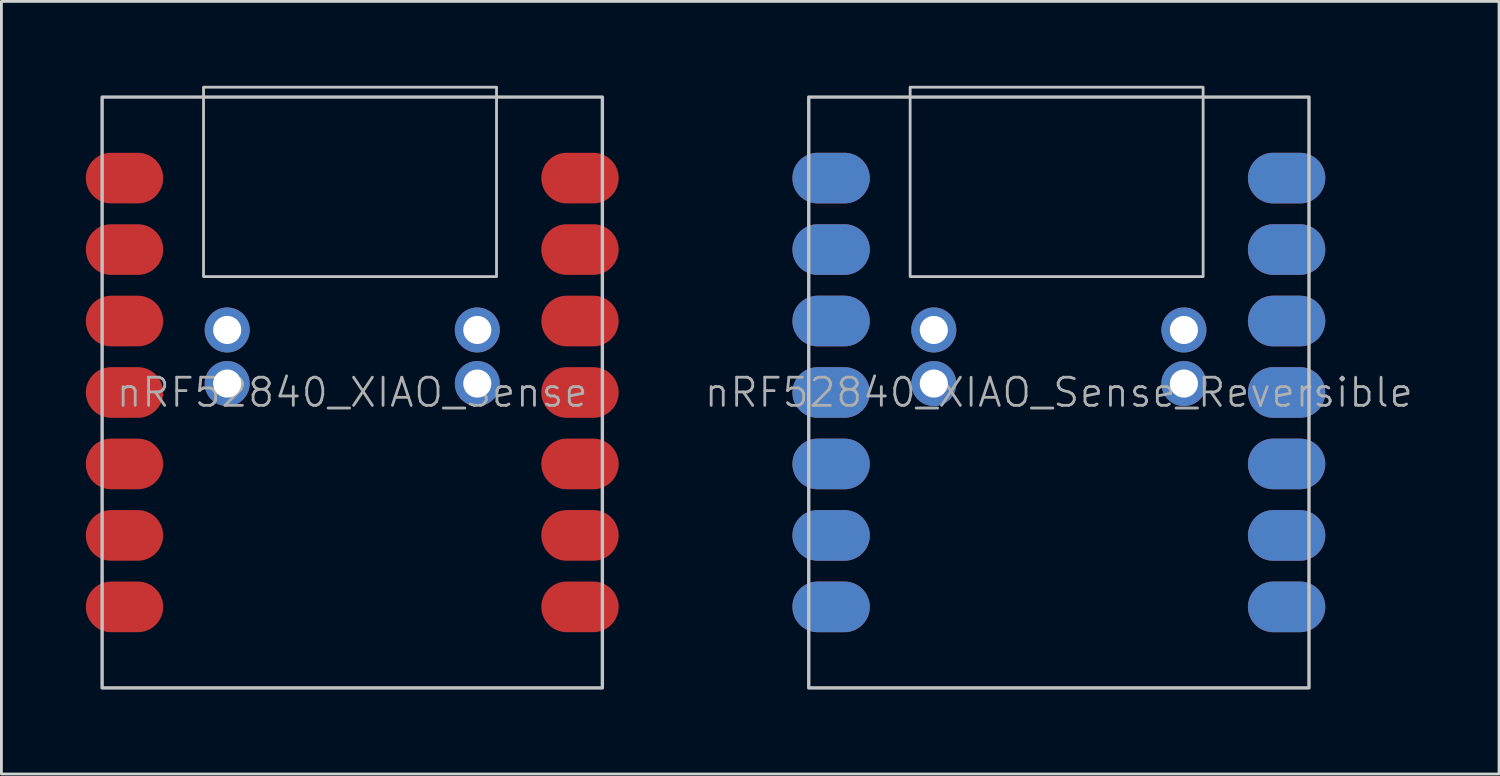
<source format=kicad_pcb>
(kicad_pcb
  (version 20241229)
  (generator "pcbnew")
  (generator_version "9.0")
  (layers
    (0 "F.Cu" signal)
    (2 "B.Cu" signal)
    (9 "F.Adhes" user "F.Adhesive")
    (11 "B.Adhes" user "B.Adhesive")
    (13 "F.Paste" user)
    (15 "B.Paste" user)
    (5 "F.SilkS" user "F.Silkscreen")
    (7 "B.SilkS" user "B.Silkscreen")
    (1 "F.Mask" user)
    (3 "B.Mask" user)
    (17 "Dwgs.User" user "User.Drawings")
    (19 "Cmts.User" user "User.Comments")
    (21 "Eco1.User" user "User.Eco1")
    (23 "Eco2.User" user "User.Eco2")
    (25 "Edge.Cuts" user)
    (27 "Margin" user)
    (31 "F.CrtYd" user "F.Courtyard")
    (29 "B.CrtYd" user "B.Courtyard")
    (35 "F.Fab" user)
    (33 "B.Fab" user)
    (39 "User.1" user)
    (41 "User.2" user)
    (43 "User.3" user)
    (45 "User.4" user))
  (footprint "nRF52840_XIAO_Sense"
    (layer "F.Cu")
    (at 9.47 0.4)
    (property "Reference" "nRF52840_XIAO_Sense" (at 0 10.5 0) (unlocked yes) (layer "F.Fab") (effects (font (size 1 1) (thickness 0.1))))
    (attr smd)
    (fp_rect (start -8.89 21) (end 8.89 0) (stroke (width 0.12) (type solid)) (fill no) (layer "Dwgs.User"))
    (fp_rect (start -5.286 -0.35) (end 5.128 6.381) (stroke (width 0.1) (type default)) (fill no) (layer "Dwgs.User"))
    (pad "1" smd oval (at -8.57 2.88 180) (size 2.75 1.8) (drill (offset -0.475 0)) (layers "F.Cu" "F.Mask" "F.Paste"))
    (pad "2" smd oval (at -8.57 5.42 180) (size 2.75 1.8) (drill (offset -0.475 0)) (layers "F.Cu" "F.Mask" "F.Paste"))
    (pad "3" smd oval (at -8.57 7.96 180) (size 2.75 1.8) (drill (offset -0.475 0)) (layers "F.Cu" "F.Mask" "F.Paste"))
    (pad "4" smd oval (at -8.57 10.5 180) (size 2.75 1.8) (drill (offset -0.475 0)) (layers "F.Cu" "F.Mask" "F.Paste"))
    (pad "5" smd oval (at -8.57 13.04 180) (size 2.75 1.8) (drill (offset -0.475 0)) (layers "F.Cu" "F.Mask" "F.Paste"))
    (pad "6" smd oval (at -8.57 15.58 180) (size 2.75 1.8) (drill (offset -0.475 0)) (layers "F.Cu" "F.Mask" "F.Paste"))
    (pad "7" smd oval (at -8.57 18.12 180) (size 2.75 1.8) (drill (offset -0.475 0)) (layers "F.Cu" "F.Mask" "F.Paste"))
    (pad "8" smd oval (at 8.57 18.12) (size 2.75 1.8) (drill (offset -0.475 0)) (layers "F.Cu" "F.Mask" "F.Paste"))
    (pad "9" smd oval (at 8.57 15.58) (size 2.75 1.8) (drill (offset -0.475 0)) (layers "F.Cu" "F.Mask" "F.Paste"))
    (pad "10" smd oval (at 8.57 13.04) (size 2.75 1.8) (drill (offset -0.475 0)) (layers "F.Cu" "F.Mask" "F.Paste"))
    (pad "11" smd oval (at 8.57 10.5) (size 2.75 1.8) (drill (offset -0.475 0)) (layers "F.Cu" "F.Mask" "F.Paste"))
    (pad "12" smd oval (at 8.57 7.96) (size 2.75 1.8) (drill (offset -0.475 0)) (layers "F.Cu" "F.Mask" "F.Paste"))
    (pad "13" smd oval (at 8.57 5.42) (size 2.75 1.8) (drill (offset -0.475 0)) (layers "F.Cu" "F.Mask" "F.Paste"))
    (pad "14" smd oval (at 8.57 2.88) (size 2.75 1.8) (drill (offset -0.475 0)) (layers "F.Cu" "F.Mask" "F.Paste"))
    (pad "19" thru_hole circle (at -4.445 10.183 180) (size 1.6 1.6) (drill 1) (layers "*.Cu" "*.Mask"))
    (pad "19" thru_hole circle (at 4.445 10.183 180) (size 1.6 1.6) (drill 1) (layers "*.Cu" "*.Mask"))
    (pad "20" thru_hole circle (at -4.445 8.278 180) (size 1.6 1.6) (drill 1) (layers "*.Cu" "*.Mask"))
    (pad "20" thru_hole circle (at 4.445 8.278 180) (size 1.6 1.6) (drill 1) (layers "*.Cu" "*.Mask")))
  (footprint "nRF52840_XIAO_Sense_Reversible"
    (layer "F.Cu")
    (at 34.585 0.4)
    (property "Reference" "nRF52840_XIAO_Sense_Reversible" (at 0 10.5 0) (unlocked yes) (layer "F.Fab") (effects (font (size 1 1) (thickness 0.1))))
    (attr smd)
    (fp_rect (start -8.89 21) (end 8.89 0) (stroke (width 0.12) (type solid)) (fill no) (layer "Dwgs.User"))
    (fp_rect (start -5.286 -0.35) (end 5.128 6.381) (stroke (width 0.1) (type default)) (fill no) (layer "Dwgs.User"))
    (pad "1" smd oval (at -8.57 2.88 180) (size 2.75 1.8) (drill (offset -0.475 0)) (layers "F.Cu" "F.Mask" "F.Paste"))
    (pad "1" smd oval (at 8.57 2.88 180) (size 2.75 1.8) (drill (offset 0.475 0)) (layers "B.Cu" "B.Mask" "B.Paste"))
    (pad "2" smd oval (at -8.57 5.42 180) (size 2.75 1.8) (drill (offset -0.475 0)) (layers "F.Cu" "F.Mask" "F.Paste"))
    (pad "2" smd oval (at 8.57 5.42 180) (size 2.75 1.8) (drill (offset 0.475 0)) (layers "B.Cu" "B.Mask" "B.Paste"))
    (pad "3" smd oval (at -8.57 7.96 180) (size 2.75 1.8) (drill (offset -0.475 0)) (layers "F.Cu" "F.Mask" "F.Paste"))
    (pad "3" smd oval (at 8.57 7.96 180) (size 2.75 1.8) (drill (offset 0.475 0)) (layers "B.Cu" "B.Mask" "B.Paste"))
    (pad "4" smd oval (at -8.57 10.5 180) (size 2.75 1.8) (drill (offset -0.475 0)) (layers "F.Cu" "F.Mask" "F.Paste"))
    (pad "4" smd oval (at 8.57 10.5 180) (size 2.75 1.8) (drill (offset 0.475 0)) (layers "B.Cu" "B.Mask" "B.Paste"))
    (pad "5" smd oval (at -8.57 13.04 180) (size 2.75 1.8) (drill (offset -0.475 0)) (layers "F.Cu" "F.Mask" "F.Paste"))
    (pad "5" smd oval (at 8.57 13.04 180) (size 2.75 1.8) (drill (offset 0.475 0)) (layers "B.Cu" "B.Mask" "B.Paste"))
    (pad "6" smd oval (at -8.57 15.58 180) (size 2.75 1.8) (drill (offset -0.475 0)) (layers "F.Cu" "F.Mask" "F.Paste"))
    (pad "6" smd oval (at 8.57 15.58 180) (size 2.75 1.8) (drill (offset 0.475 0)) (layers "B.Cu" "B.Mask" "B.Paste"))
    (pad "7" smd oval (at -8.57 18.12 180) (size 2.75 1.8) (drill (offset -0.475 0)) (layers "F.Cu" "F.Mask" "F.Paste"))
    (pad "7" smd oval (at 8.57 18.12 180) (size 2.75 1.8) (drill (offset 0.475 0)) (layers "B.Cu" "B.Mask" "B.Paste"))
    (pad "8" smd oval (at -8.57 18.12) (size 2.75 1.8) (drill (offset 0.475 0)) (layers "B.Cu" "B.Mask" "B.Paste"))
    (pad "8" smd oval (at 8.57 18.12) (size 2.75 1.8) (drill (offset -0.475 0)) (layers "F.Cu" "F.Mask" "F.Paste"))
    (pad "9" smd oval (at -8.57 15.58) (size 2.75 1.8) (drill (offset 0.475 0)) (layers "B.Cu" "B.Mask" "B.Paste"))
    (pad "9" smd oval (at 8.57 15.58) (size 2.75 1.8) (drill (offset -0.475 0)) (layers "F.Cu" "F.Mask" "F.Paste"))
    (pad "10" smd oval (at -8.57 13.04) (size 2.75 1.8) (drill (offset 0.475 0)) (layers "B.Cu" "B.Mask" "B.Paste"))
    (pad "10" smd oval (at 8.57 13.04) (size 2.75 1.8) (drill (offset -0.475 0)) (layers "F.Cu" "F.Mask" "F.Paste"))
    (pad "11" smd oval (at -8.57 10.5) (size 2.75 1.8) (drill (offset 0.475 0)) (layers "B.Cu" "B.Mask" "B.Paste"))
    (pad "11" smd oval (at 8.57 10.5) (size 2.75 1.8) (drill (offset -0.475 0)) (layers "F.Cu" "F.Mask" "F.Paste"))
    (pad "12" smd oval (at -8.57 7.96) (size 2.75 1.8) (drill (offset 0.475 0)) (layers "B.Cu" "B.Mask" "B.Paste"))
    (pad "12" smd oval (at 8.57 7.96) (size 2.75 1.8) (drill (offset -0.475 0)) (layers "F.Cu" "F.Mask" "F.Paste"))
    (pad "13" smd oval (at -8.57 5.42) (size 2.75 1.8) (drill (offset 0.475 0)) (layers "B.Cu" "B.Mask" "B.Paste"))
    (pad "13" smd oval (at 8.57 5.42) (size 2.75 1.8) (drill (offset -0.475 0)) (layers "F.Cu" "F.Mask" "F.Paste"))
    (pad "14" smd oval (at -8.57 2.88) (size 2.75 1.8) (drill (offset 0.475 0)) (layers "B.Cu" "B.Mask" "B.Paste"))
    (pad "14" smd oval (at 8.57 2.88) (size 2.75 1.8) (drill (offset -0.475 0)) (layers "F.Cu" "F.Mask" "F.Paste"))
    (pad "19" thru_hole circle (at -4.445 10.183 180) (size 1.6 1.6) (drill 1) (layers "*.Cu" "*.Mask"))
    (pad "19" thru_hole circle (at 4.445 10.183 180) (size 1.6 1.6) (drill 1) (layers "*.Cu" "*.Mask"))
    (pad "20" thru_hole circle (at -4.445 8.278 180) (size 1.6 1.6) (drill 1) (layers "*.Cu" "*.Mask"))
    (pad "20" thru_hole circle (at 4.445 8.278 180) (size 1.6 1.6) (drill 1) (layers "*.Cu" "*.Mask")))
  (gr_rect
    (start -3 -3)
    (end 50.23 24.46)
    (stroke (width 0.1) (type default))
    (fill no)
    (layer "Edge.Cuts")))
</source>
